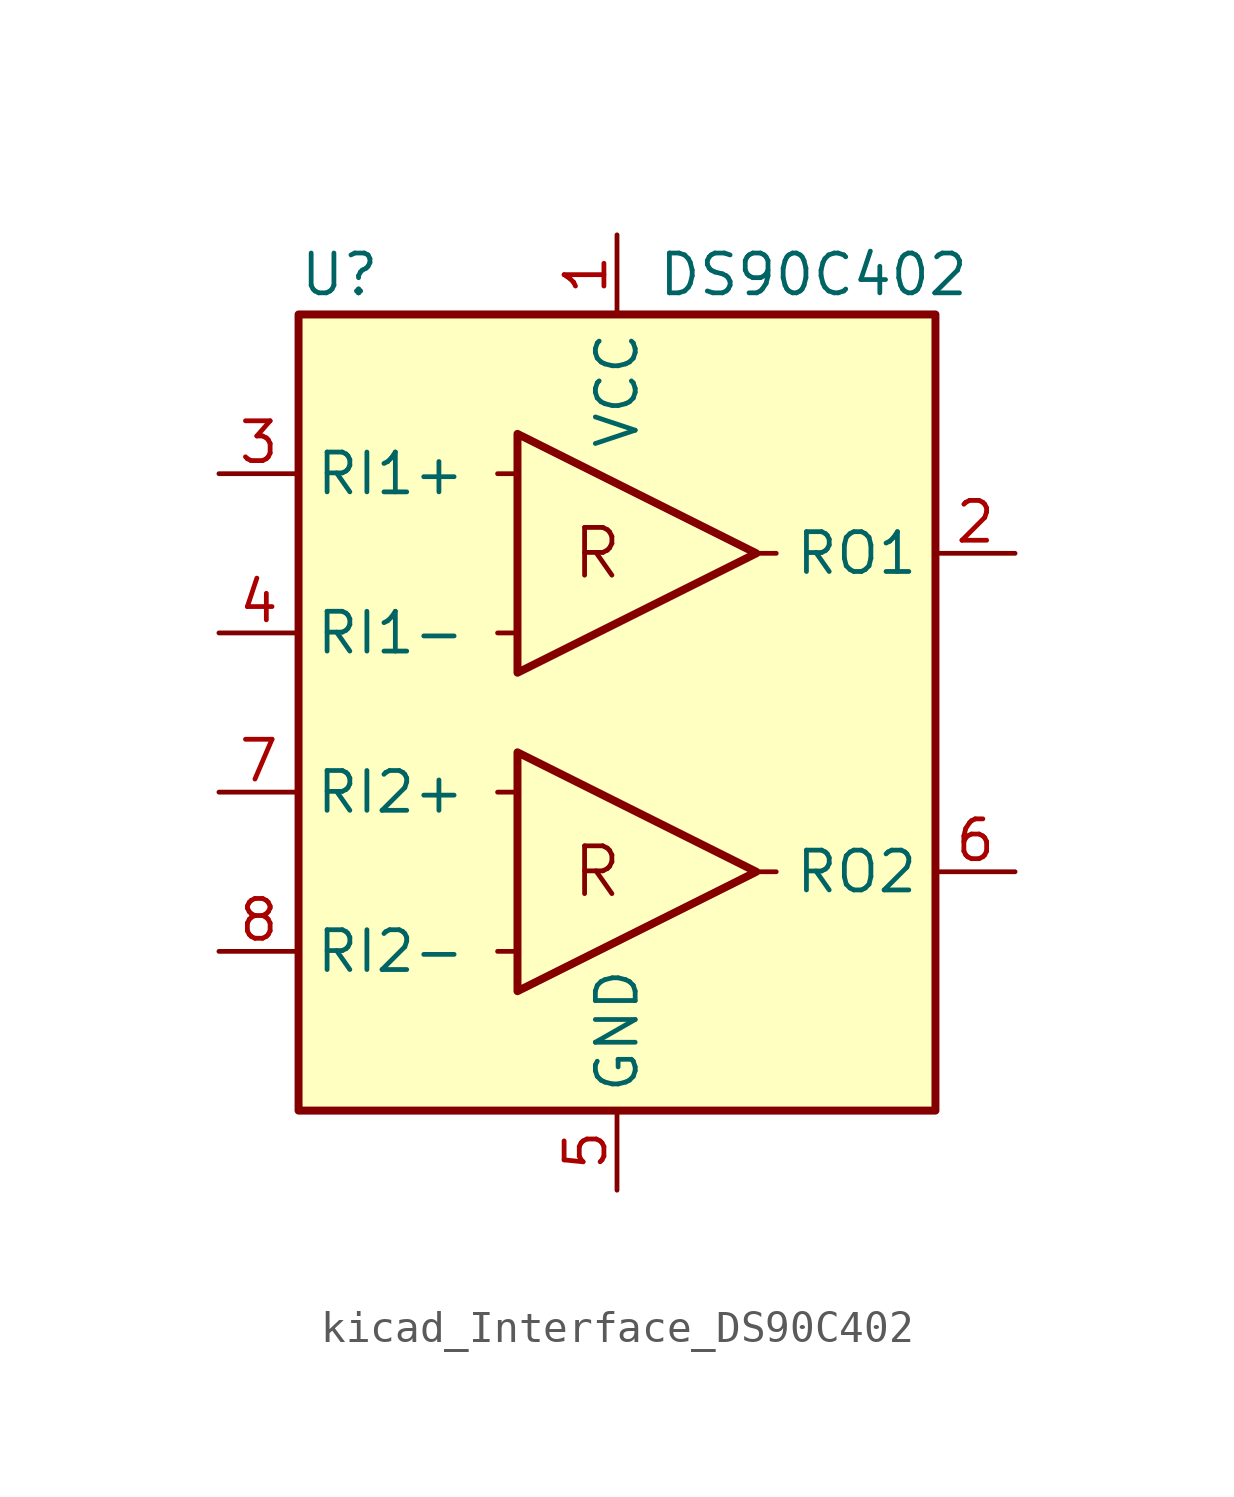
<source format=kicad_sym>
(kicad_symbol_lib
  (version 20220914)
  (generator kicad_symbol_editor)
  (symbol "kicad_Interface_DS90C402"
    (property "Reference" "U"
      (at -10.16 13.97 0)
      (effects (font (size 1.27 1.27)) (justify left)))
    (property "Value" "DS90C402"
      (at 1.27 13.97 0)
      (effects (font (size 1.27 1.27)) (justify left)))
    (symbol "kicad_Interface_DS90C402_0_1"
      (rectangle (start -10.16 12.7) (end 10.16 -12.7) (stroke (width 0.254) (type default)) (fill (type background))))
    (symbol "kicad_Interface_DS90C402_1_0"
      (text "R" (at -0.635 -5.08 0) (effects (font (size 1.524 1.524))))
      (text "R" (at -0.635 5.08 0) (effects (font (size 1.524 1.524)))))
    (symbol "kicad_Interface_DS90C402_1_1"
      (polyline (pts (xy -3.81 -7.62) (xy -3.175 -7.62)) (stroke (width 0) (type default)) (fill (type none)))
      (polyline (pts (xy -3.81 -2.54) (xy -3.175 -2.54)) (stroke (width 0) (type default)) (fill (type none)))
      (polyline (pts (xy -3.81 2.54) (xy -3.175 2.54)) (stroke (width 0) (type default)) (fill (type none)))
      (polyline (pts (xy -3.81 7.62) (xy -3.175 7.62)) (stroke (width 0) (type default)) (fill (type none)))
      (polyline (pts (xy 5.08 -5.08) (xy 4.445 -5.08)) (stroke (width 0) (type default)) (fill (type none)))
      (polyline (pts (xy 5.08 5.08) (xy 4.445 5.08)) (stroke (width 0) (type default)) (fill (type none)))
      (polyline (pts (xy -3.175 -8.89) (xy -3.175 -1.27) (xy 4.445 -5.08) (xy -3.175 -8.89)) (stroke (width 0.254) (type default)) (fill (type none)))
      (polyline (pts (xy -3.175 1.27) (xy -3.175 8.89) (xy 4.445 5.08) (xy -3.175 1.27)) (stroke (width 0.254) (type default)) (fill (type none)))
      (pin power_in line (at 0 15.24 270) (length 2.54) (name "VCC" (effects (font (size 1.27 1.27)))) (number "1" (effects (font (size 1.27 1.27)))))
      (pin output line (at 12.7 5.08 180) (length 2.54) (name "RO1" (effects (font (size 1.27 1.27)))) (number "2" (effects (font (size 1.27 1.27)))))
      (pin input line (at -12.7 7.62 0) (length 2.54) (name "RI1+" (effects (font (size 1.27 1.27)))) (number "3" (effects (font (size 1.27 1.27)))))
      (pin input line (at -12.7 2.54 0) (length 2.54) (name "RI1-" (effects (font (size 1.27 1.27)))) (number "4" (effects (font (size 1.27 1.27)))))
      (pin power_in line (at 0 -15.24 90) (length 2.54) (name "GND" (effects (font (size 1.27 1.27)))) (number "5" (effects (font (size 1.27 1.27)))))
      (pin output line (at 12.7 -5.08 180) (length 2.54) (name "RO2" (effects (font (size 1.27 1.27)))) (number "6" (effects (font (size 1.27 1.27)))))
      (pin input line (at -12.7 -2.54 0) (length 2.54) (name "RI2+" (effects (font (size 1.27 1.27)))) (number "7" (effects (font (size 1.27 1.27)))))
      (pin input line (at -12.7 -7.62 0) (length 2.54) (name "RI2-" (effects (font (size 1.27 1.27)))) (number "8" (effects (font (size 1.27 1.27))))))))
</source>
